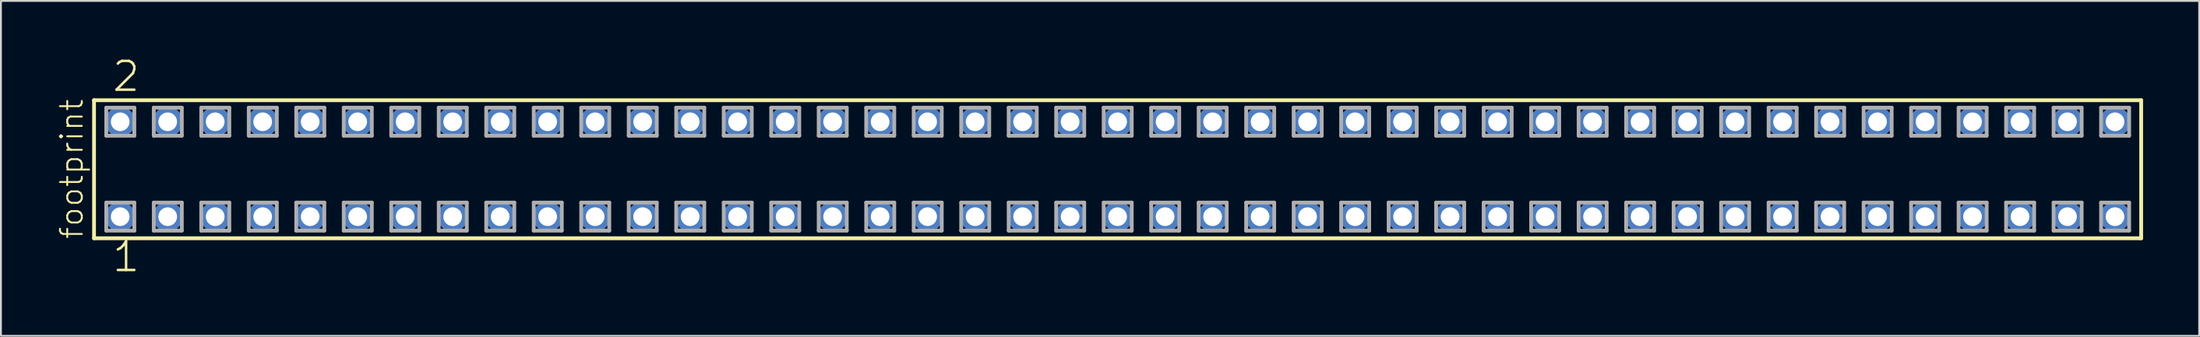
<source format=kicad_pcb>
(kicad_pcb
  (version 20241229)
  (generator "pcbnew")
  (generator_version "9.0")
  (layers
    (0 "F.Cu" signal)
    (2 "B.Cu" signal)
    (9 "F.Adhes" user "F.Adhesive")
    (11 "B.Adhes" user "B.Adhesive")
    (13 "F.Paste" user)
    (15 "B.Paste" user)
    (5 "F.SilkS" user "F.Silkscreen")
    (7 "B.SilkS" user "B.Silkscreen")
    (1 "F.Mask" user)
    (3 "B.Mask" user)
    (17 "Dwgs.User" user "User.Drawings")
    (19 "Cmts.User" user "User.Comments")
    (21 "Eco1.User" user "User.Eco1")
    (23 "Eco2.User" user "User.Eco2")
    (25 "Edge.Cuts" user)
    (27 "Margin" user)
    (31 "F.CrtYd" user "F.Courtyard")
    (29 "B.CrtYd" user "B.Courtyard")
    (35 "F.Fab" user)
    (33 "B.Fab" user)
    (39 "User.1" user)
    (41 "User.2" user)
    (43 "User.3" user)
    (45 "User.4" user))
  (footprint "footprint"
    (layer "F.Cu")
    (at 56.718 6.009)
    (property "Reference" "footprint" (at -55.245 3.81 90) (layer "F.SilkS") (effects (font (size 1.168 1.168) (thickness 0.102)) (justify left bottom)))
    (fp_line (start -54.739 -3.695) (end 54.739 -3.695) (stroke (width 0.203) (type solid)) (layer "F.SilkS"))
    (fp_line (start -54.739 3.695) (end -54.739 -3.695) (stroke (width 0.203) (type solid)) (layer "F.SilkS"))
    (fp_line (start 54.739 -3.695) (end 54.739 3.695) (stroke (width 0.203) (type solid)) (layer "F.SilkS"))
    (fp_line (start 54.739 3.695) (end -54.739 3.695) (stroke (width 0.203) (type solid)) (layer "F.SilkS"))
    (fp_line (start -54.085 -3.295) (end -52.585 -3.295) (stroke (width 0.203) (type solid)) (layer "F.Fab"))
    (fp_line (start -54.085 -1.795) (end -54.085 -3.295) (stroke (width 0.203) (type solid)) (layer "F.Fab"))
    (fp_line (start -54.085 1.785) (end -52.585 1.785) (stroke (width 0.203) (type solid)) (layer "F.Fab"))
    (fp_line (start -54.085 3.285) (end -54.085 1.785) (stroke (width 0.203) (type solid)) (layer "F.Fab"))
    (fp_line (start -52.585 -3.295) (end -52.585 -1.795) (stroke (width 0.203) (type solid)) (layer "F.Fab"))
    (fp_line (start -52.585 -1.795) (end -54.085 -1.795) (stroke (width 0.203) (type solid)) (layer "F.Fab"))
    (fp_line (start -52.585 1.785) (end -52.585 3.285) (stroke (width 0.203) (type solid)) (layer "F.Fab"))
    (fp_line (start -52.585 3.285) (end -54.085 3.285) (stroke (width 0.203) (type solid)) (layer "F.Fab"))
    (fp_line (start -51.545 -3.295) (end -50.045 -3.295) (stroke (width 0.203) (type solid)) (layer "F.Fab"))
    (fp_line (start -51.545 -1.795) (end -51.545 -3.295) (stroke (width 0.203) (type solid)) (layer "F.Fab"))
    (fp_line (start -51.545 1.785) (end -50.045 1.785) (stroke (width 0.203) (type solid)) (layer "F.Fab"))
    (fp_line (start -51.545 3.285) (end -51.545 1.785) (stroke (width 0.203) (type solid)) (layer "F.Fab"))
    (fp_line (start -50.045 -3.295) (end -50.045 -1.795) (stroke (width 0.203) (type solid)) (layer "F.Fab"))
    (fp_line (start -50.045 -1.795) (end -51.545 -1.795) (stroke (width 0.203) (type solid)) (layer "F.Fab"))
    (fp_line (start -50.045 1.785) (end -50.045 3.285) (stroke (width 0.203) (type solid)) (layer "F.Fab"))
    (fp_line (start -50.045 3.285) (end -51.545 3.285) (stroke (width 0.203) (type solid)) (layer "F.Fab"))
    (fp_line (start -49.005 -3.295) (end -47.505 -3.295) (stroke (width 0.203) (type solid)) (layer "F.Fab"))
    (fp_line (start -49.005 -1.795) (end -49.005 -3.295) (stroke (width 0.203) (type solid)) (layer "F.Fab"))
    (fp_line (start -49.005 1.785) (end -47.505 1.785) (stroke (width 0.203) (type solid)) (layer "F.Fab"))
    (fp_line (start -49.005 3.285) (end -49.005 1.785) (stroke (width 0.203) (type solid)) (layer "F.Fab"))
    (fp_line (start -47.505 -3.295) (end -47.505 -1.795) (stroke (width 0.203) (type solid)) (layer "F.Fab"))
    (fp_line (start -47.505 -1.795) (end -49.005 -1.795) (stroke (width 0.203) (type solid)) (layer "F.Fab"))
    (fp_line (start -47.505 1.785) (end -47.505 3.285) (stroke (width 0.203) (type solid)) (layer "F.Fab"))
    (fp_line (start -47.505 3.285) (end -49.005 3.285) (stroke (width 0.203) (type solid)) (layer "F.Fab"))
    (fp_line (start -46.465 -3.295) (end -44.965 -3.295) (stroke (width 0.203) (type solid)) (layer "F.Fab"))
    (fp_line (start -46.465 -1.795) (end -46.465 -3.295) (stroke (width 0.203) (type solid)) (layer "F.Fab"))
    (fp_line (start -46.465 1.785) (end -44.965 1.785) (stroke (width 0.203) (type solid)) (layer "F.Fab"))
    (fp_line (start -46.465 3.285) (end -46.465 1.785) (stroke (width 0.203) (type solid)) (layer "F.Fab"))
    (fp_line (start -44.965 -3.295) (end -44.965 -1.795) (stroke (width 0.203) (type solid)) (layer "F.Fab"))
    (fp_line (start -44.965 -1.795) (end -46.465 -1.795) (stroke (width 0.203) (type solid)) (layer "F.Fab"))
    (fp_line (start -44.965 1.785) (end -44.965 3.285) (stroke (width 0.203) (type solid)) (layer "F.Fab"))
    (fp_line (start -44.965 3.285) (end -46.465 3.285) (stroke (width 0.203) (type solid)) (layer "F.Fab"))
    (fp_line (start -43.925 -3.295) (end -42.425 -3.295) (stroke (width 0.203) (type solid)) (layer "F.Fab"))
    (fp_line (start -43.925 -1.795) (end -43.925 -3.295) (stroke (width 0.203) (type solid)) (layer "F.Fab"))
    (fp_line (start -43.925 1.785) (end -42.425 1.785) (stroke (width 0.203) (type solid)) (layer "F.Fab"))
    (fp_line (start -43.925 3.285) (end -43.925 1.785) (stroke (width 0.203) (type solid)) (layer "F.Fab"))
    (fp_line (start -42.425 -3.295) (end -42.425 -1.795) (stroke (width 0.203) (type solid)) (layer "F.Fab"))
    (fp_line (start -42.425 -1.795) (end -43.925 -1.795) (stroke (width 0.203) (type solid)) (layer "F.Fab"))
    (fp_line (start -42.425 1.785) (end -42.425 3.285) (stroke (width 0.203) (type solid)) (layer "F.Fab"))
    (fp_line (start -42.425 3.285) (end -43.925 3.285) (stroke (width 0.203) (type solid)) (layer "F.Fab"))
    (fp_line (start -41.385 -3.295) (end -39.885 -3.295) (stroke (width 0.203) (type solid)) (layer "F.Fab"))
    (fp_line (start -41.385 -1.795) (end -41.385 -3.295) (stroke (width 0.203) (type solid)) (layer "F.Fab"))
    (fp_line (start -41.385 1.785) (end -39.885 1.785) (stroke (width 0.203) (type solid)) (layer "F.Fab"))
    (fp_line (start -41.385 3.285) (end -41.385 1.785) (stroke (width 0.203) (type solid)) (layer "F.Fab"))
    (fp_line (start -39.885 -3.295) (end -39.885 -1.795) (stroke (width 0.203) (type solid)) (layer "F.Fab"))
    (fp_line (start -39.885 -1.795) (end -41.385 -1.795) (stroke (width 0.203) (type solid)) (layer "F.Fab"))
    (fp_line (start -39.885 1.785) (end -39.885 3.285) (stroke (width 0.203) (type solid)) (layer "F.Fab"))
    (fp_line (start -39.885 3.285) (end -41.385 3.285) (stroke (width 0.203) (type solid)) (layer "F.Fab"))
    (fp_line (start -38.845 -3.295) (end -37.345 -3.295) (stroke (width 0.203) (type solid)) (layer "F.Fab"))
    (fp_line (start -38.845 -1.795) (end -38.845 -3.295) (stroke (width 0.203) (type solid)) (layer "F.Fab"))
    (fp_line (start -38.845 1.785) (end -37.345 1.785) (stroke (width 0.203) (type solid)) (layer "F.Fab"))
    (fp_line (start -38.845 3.285) (end -38.845 1.785) (stroke (width 0.203) (type solid)) (layer "F.Fab"))
    (fp_line (start -37.345 -3.295) (end -37.345 -1.795) (stroke (width 0.203) (type solid)) (layer "F.Fab"))
    (fp_line (start -37.345 -1.795) (end -38.845 -1.795) (stroke (width 0.203) (type solid)) (layer "F.Fab"))
    (fp_line (start -37.345 1.785) (end -37.345 3.285) (stroke (width 0.203) (type solid)) (layer "F.Fab"))
    (fp_line (start -37.345 3.285) (end -38.845 3.285) (stroke (width 0.203) (type solid)) (layer "F.Fab"))
    (fp_line (start -36.305 -3.295) (end -34.805 -3.295) (stroke (width 0.203) (type solid)) (layer "F.Fab"))
    (fp_line (start -36.305 -1.795) (end -36.305 -3.295) (stroke (width 0.203) (type solid)) (layer "F.Fab"))
    (fp_line (start -36.305 1.785) (end -34.805 1.785) (stroke (width 0.203) (type solid)) (layer "F.Fab"))
    (fp_line (start -36.305 3.285) (end -36.305 1.785) (stroke (width 0.203) (type solid)) (layer "F.Fab"))
    (fp_line (start -34.805 -3.295) (end -34.805 -1.795) (stroke (width 0.203) (type solid)) (layer "F.Fab"))
    (fp_line (start -34.805 -1.795) (end -36.305 -1.795) (stroke (width 0.203) (type solid)) (layer "F.Fab"))
    (fp_line (start -34.805 1.785) (end -34.805 3.285) (stroke (width 0.203) (type solid)) (layer "F.Fab"))
    (fp_line (start -34.805 3.285) (end -36.305 3.285) (stroke (width 0.203) (type solid)) (layer "F.Fab"))
    (fp_line (start -33.765 -3.295) (end -32.265 -3.295) (stroke (width 0.203) (type solid)) (layer "F.Fab"))
    (fp_line (start -33.765 -1.795) (end -33.765 -3.295) (stroke (width 0.203) (type solid)) (layer "F.Fab"))
    (fp_line (start -33.765 1.785) (end -32.265 1.785) (stroke (width 0.203) (type solid)) (layer "F.Fab"))
    (fp_line (start -33.765 3.285) (end -33.765 1.785) (stroke (width 0.203) (type solid)) (layer "F.Fab"))
    (fp_line (start -32.265 -3.295) (end -32.265 -1.795) (stroke (width 0.203) (type solid)) (layer "F.Fab"))
    (fp_line (start -32.265 -1.795) (end -33.765 -1.795) (stroke (width 0.203) (type solid)) (layer "F.Fab"))
    (fp_line (start -32.265 1.785) (end -32.265 3.285) (stroke (width 0.203) (type solid)) (layer "F.Fab"))
    (fp_line (start -32.265 3.285) (end -33.765 3.285) (stroke (width 0.203) (type solid)) (layer "F.Fab"))
    (fp_line (start -31.225 -3.295) (end -29.725 -3.295) (stroke (width 0.203) (type solid)) (layer "F.Fab"))
    (fp_line (start -31.225 -1.795) (end -31.225 -3.295) (stroke (width 0.203) (type solid)) (layer "F.Fab"))
    (fp_line (start -31.225 1.785) (end -29.725 1.785) (stroke (width 0.203) (type solid)) (layer "F.Fab"))
    (fp_line (start -31.225 3.285) (end -31.225 1.785) (stroke (width 0.203) (type solid)) (layer "F.Fab"))
    (fp_line (start -29.725 -3.295) (end -29.725 -1.795) (stroke (width 0.203) (type solid)) (layer "F.Fab"))
    (fp_line (start -29.725 -1.795) (end -31.225 -1.795) (stroke (width 0.203) (type solid)) (layer "F.Fab"))
    (fp_line (start -29.725 1.785) (end -29.725 3.285) (stroke (width 0.203) (type solid)) (layer "F.Fab"))
    (fp_line (start -29.725 3.285) (end -31.225 3.285) (stroke (width 0.203) (type solid)) (layer "F.Fab"))
    (fp_line (start -28.685 -3.295) (end -27.185 -3.295) (stroke (width 0.203) (type solid)) (layer "F.Fab"))
    (fp_line (start -28.685 -1.795) (end -28.685 -3.295) (stroke (width 0.203) (type solid)) (layer "F.Fab"))
    (fp_line (start -28.685 1.785) (end -27.185 1.785) (stroke (width 0.203) (type solid)) (layer "F.Fab"))
    (fp_line (start -28.685 3.285) (end -28.685 1.785) (stroke (width 0.203) (type solid)) (layer "F.Fab"))
    (fp_line (start -27.185 -3.295) (end -27.185 -1.795) (stroke (width 0.203) (type solid)) (layer "F.Fab"))
    (fp_line (start -27.185 -1.795) (end -28.685 -1.795) (stroke (width 0.203) (type solid)) (layer "F.Fab"))
    (fp_line (start -27.185 1.785) (end -27.185 3.285) (stroke (width 0.203) (type solid)) (layer "F.Fab"))
    (fp_line (start -27.185 3.285) (end -28.685 3.285) (stroke (width 0.203) (type solid)) (layer "F.Fab"))
    (fp_line (start -26.145 -3.295) (end -24.645 -3.295) (stroke (width 0.203) (type solid)) (layer "F.Fab"))
    (fp_line (start -26.145 -1.795) (end -26.145 -3.295) (stroke (width 0.203) (type solid)) (layer "F.Fab"))
    (fp_line (start -26.145 1.785) (end -24.645 1.785) (stroke (width 0.203) (type solid)) (layer "F.Fab"))
    (fp_line (start -26.145 3.285) (end -26.145 1.785) (stroke (width 0.203) (type solid)) (layer "F.Fab"))
    (fp_line (start -24.645 -3.295) (end -24.645 -1.795) (stroke (width 0.203) (type solid)) (layer "F.Fab"))
    (fp_line (start -24.645 -1.795) (end -26.145 -1.795) (stroke (width 0.203) (type solid)) (layer "F.Fab"))
    (fp_line (start -24.645 1.785) (end -24.645 3.285) (stroke (width 0.203) (type solid)) (layer "F.Fab"))
    (fp_line (start -24.645 3.285) (end -26.145 3.285) (stroke (width 0.203) (type solid)) (layer "F.Fab"))
    (fp_line (start -23.605 -3.295) (end -22.105 -3.295) (stroke (width 0.203) (type solid)) (layer "F.Fab"))
    (fp_line (start -23.605 -1.795) (end -23.605 -3.295) (stroke (width 0.203) (type solid)) (layer "F.Fab"))
    (fp_line (start -23.605 1.785) (end -22.105 1.785) (stroke (width 0.203) (type solid)) (layer "F.Fab"))
    (fp_line (start -23.605 3.285) (end -23.605 1.785) (stroke (width 0.203) (type solid)) (layer "F.Fab"))
    (fp_line (start -22.105 -3.295) (end -22.105 -1.795) (stroke (width 0.203) (type solid)) (layer "F.Fab"))
    (fp_line (start -22.105 -1.795) (end -23.605 -1.795) (stroke (width 0.203) (type solid)) (layer "F.Fab"))
    (fp_line (start -22.105 1.785) (end -22.105 3.285) (stroke (width 0.203) (type solid)) (layer "F.Fab"))
    (fp_line (start -22.105 3.285) (end -23.605 3.285) (stroke (width 0.203) (type solid)) (layer "F.Fab"))
    (fp_line (start -21.065 -3.295) (end -19.565 -3.295) (stroke (width 0.203) (type solid)) (layer "F.Fab"))
    (fp_line (start -21.065 -1.795) (end -21.065 -3.295) (stroke (width 0.203) (type solid)) (layer "F.Fab"))
    (fp_line (start -21.065 1.785) (end -19.565 1.785) (stroke (width 0.203) (type solid)) (layer "F.Fab"))
    (fp_line (start -21.065 3.285) (end -21.065 1.785) (stroke (width 0.203) (type solid)) (layer "F.Fab"))
    (fp_line (start -19.565 -3.295) (end -19.565 -1.795) (stroke (width 0.203) (type solid)) (layer "F.Fab"))
    (fp_line (start -19.565 -1.795) (end -21.065 -1.795) (stroke (width 0.203) (type solid)) (layer "F.Fab"))
    (fp_line (start -19.565 1.785) (end -19.565 3.285) (stroke (width 0.203) (type solid)) (layer "F.Fab"))
    (fp_line (start -19.565 3.285) (end -21.065 3.285) (stroke (width 0.203) (type solid)) (layer "F.Fab"))
    (fp_line (start -18.525 -3.295) (end -17.025 -3.295) (stroke (width 0.203) (type solid)) (layer "F.Fab"))
    (fp_line (start -18.525 -1.795) (end -18.525 -3.295) (stroke (width 0.203) (type solid)) (layer "F.Fab"))
    (fp_line (start -18.525 1.785) (end -17.025 1.785) (stroke (width 0.203) (type solid)) (layer "F.Fab"))
    (fp_line (start -18.525 3.285) (end -18.525 1.785) (stroke (width 0.203) (type solid)) (layer "F.Fab"))
    (fp_line (start -17.025 -3.295) (end -17.025 -1.795) (stroke (width 0.203) (type solid)) (layer "F.Fab"))
    (fp_line (start -17.025 -1.795) (end -18.525 -1.795) (stroke (width 0.203) (type solid)) (layer "F.Fab"))
    (fp_line (start -17.025 1.785) (end -17.025 3.285) (stroke (width 0.203) (type solid)) (layer "F.Fab"))
    (fp_line (start -17.025 3.285) (end -18.525 3.285) (stroke (width 0.203) (type solid)) (layer "F.Fab"))
    (fp_line (start -15.985 -3.295) (end -14.485 -3.295) (stroke (width 0.203) (type solid)) (layer "F.Fab"))
    (fp_line (start -15.985 -1.795) (end -15.985 -3.295) (stroke (width 0.203) (type solid)) (layer "F.Fab"))
    (fp_line (start -15.985 1.785) (end -14.485 1.785) (stroke (width 0.203) (type solid)) (layer "F.Fab"))
    (fp_line (start -15.985 3.285) (end -15.985 1.785) (stroke (width 0.203) (type solid)) (layer "F.Fab"))
    (fp_line (start -14.485 -3.295) (end -14.485 -1.795) (stroke (width 0.203) (type solid)) (layer "F.Fab"))
    (fp_line (start -14.485 -1.795) (end -15.985 -1.795) (stroke (width 0.203) (type solid)) (layer "F.Fab"))
    (fp_line (start -14.485 1.785) (end -14.485 3.285) (stroke (width 0.203) (type solid)) (layer "F.Fab"))
    (fp_line (start -14.485 3.285) (end -15.985 3.285) (stroke (width 0.203) (type solid)) (layer "F.Fab"))
    (fp_line (start -13.445 -3.295) (end -11.945 -3.295) (stroke (width 0.203) (type solid)) (layer "F.Fab"))
    (fp_line (start -13.445 -1.795) (end -13.445 -3.295) (stroke (width 0.203) (type solid)) (layer "F.Fab"))
    (fp_line (start -13.445 1.785) (end -11.945 1.785) (stroke (width 0.203) (type solid)) (layer "F.Fab"))
    (fp_line (start -13.445 3.285) (end -13.445 1.785) (stroke (width 0.203) (type solid)) (layer "F.Fab"))
    (fp_line (start -11.945 -3.295) (end -11.945 -1.795) (stroke (width 0.203) (type solid)) (layer "F.Fab"))
    (fp_line (start -11.945 -1.795) (end -13.445 -1.795) (stroke (width 0.203) (type solid)) (layer "F.Fab"))
    (fp_line (start -11.945 1.785) (end -11.945 3.285) (stroke (width 0.203) (type solid)) (layer "F.Fab"))
    (fp_line (start -11.945 3.285) (end -13.445 3.285) (stroke (width 0.203) (type solid)) (layer "F.Fab"))
    (fp_line (start -10.905 -3.295) (end -9.405 -3.295) (stroke (width 0.203) (type solid)) (layer "F.Fab"))
    (fp_line (start -10.905 -1.795) (end -10.905 -3.295) (stroke (width 0.203) (type solid)) (layer "F.Fab"))
    (fp_line (start -10.905 1.785) (end -9.405 1.785) (stroke (width 0.203) (type solid)) (layer "F.Fab"))
    (fp_line (start -10.905 3.285) (end -10.905 1.785) (stroke (width 0.203) (type solid)) (layer "F.Fab"))
    (fp_line (start -9.405 -3.295) (end -9.405 -1.795) (stroke (width 0.203) (type solid)) (layer "F.Fab"))
    (fp_line (start -9.405 -1.795) (end -10.905 -1.795) (stroke (width 0.203) (type solid)) (layer "F.Fab"))
    (fp_line (start -9.405 1.785) (end -9.405 3.285) (stroke (width 0.203) (type solid)) (layer "F.Fab"))
    (fp_line (start -9.405 3.285) (end -10.905 3.285) (stroke (width 0.203) (type solid)) (layer "F.Fab"))
    (fp_line (start -8.365 -3.295) (end -6.865 -3.295) (stroke (width 0.203) (type solid)) (layer "F.Fab"))
    (fp_line (start -8.365 -1.795) (end -8.365 -3.295) (stroke (width 0.203) (type solid)) (layer "F.Fab"))
    (fp_line (start -8.365 1.785) (end -6.865 1.785) (stroke (width 0.203) (type solid)) (layer "F.Fab"))
    (fp_line (start -8.365 3.285) (end -8.365 1.785) (stroke (width 0.203) (type solid)) (layer "F.Fab"))
    (fp_line (start -6.865 -3.295) (end -6.865 -1.795) (stroke (width 0.203) (type solid)) (layer "F.Fab"))
    (fp_line (start -6.865 -1.795) (end -8.365 -1.795) (stroke (width 0.203) (type solid)) (layer "F.Fab"))
    (fp_line (start -6.865 1.785) (end -6.865 3.285) (stroke (width 0.203) (type solid)) (layer "F.Fab"))
    (fp_line (start -6.865 3.285) (end -8.365 3.285) (stroke (width 0.203) (type solid)) (layer "F.Fab"))
    (fp_line (start -5.825 -3.295) (end -4.325 -3.295) (stroke (width 0.203) (type solid)) (layer "F.Fab"))
    (fp_line (start -5.825 -1.795) (end -5.825 -3.295) (stroke (width 0.203) (type solid)) (layer "F.Fab"))
    (fp_line (start -5.825 1.785) (end -4.325 1.785) (stroke (width 0.203) (type solid)) (layer "F.Fab"))
    (fp_line (start -5.825 3.285) (end -5.825 1.785) (stroke (width 0.203) (type solid)) (layer "F.Fab"))
    (fp_line (start -4.325 -3.295) (end -4.325 -1.795) (stroke (width 0.203) (type solid)) (layer "F.Fab"))
    (fp_line (start -4.325 -1.795) (end -5.825 -1.795) (stroke (width 0.203) (type solid)) (layer "F.Fab"))
    (fp_line (start -4.325 1.785) (end -4.325 3.285) (stroke (width 0.203) (type solid)) (layer "F.Fab"))
    (fp_line (start -4.325 3.285) (end -5.825 3.285) (stroke (width 0.203) (type solid)) (layer "F.Fab"))
    (fp_line (start -3.285 -3.295) (end -1.785 -3.295) (stroke (width 0.203) (type solid)) (layer "F.Fab"))
    (fp_line (start -3.285 -1.795) (end -3.285 -3.295) (stroke (width 0.203) (type solid)) (layer "F.Fab"))
    (fp_line (start -3.285 1.785) (end -1.785 1.785) (stroke (width 0.203) (type solid)) (layer "F.Fab"))
    (fp_line (start -3.285 3.285) (end -3.285 1.785) (stroke (width 0.203) (type solid)) (layer "F.Fab"))
    (fp_line (start -1.785 -3.295) (end -1.785 -1.795) (stroke (width 0.203) (type solid)) (layer "F.Fab"))
    (fp_line (start -1.785 -1.795) (end -3.285 -1.795) (stroke (width 0.203) (type solid)) (layer "F.Fab"))
    (fp_line (start -1.785 1.785) (end -1.785 3.285) (stroke (width 0.203) (type solid)) (layer "F.Fab"))
    (fp_line (start -1.785 3.285) (end -3.285 3.285) (stroke (width 0.203) (type solid)) (layer "F.Fab"))
    (fp_line (start -0.745 -3.295) (end 0.755 -3.295) (stroke (width 0.203) (type solid)) (layer "F.Fab"))
    (fp_line (start -0.745 -1.795) (end -0.745 -3.295) (stroke (width 0.203) (type solid)) (layer "F.Fab"))
    (fp_line (start -0.745 1.785) (end 0.755 1.785) (stroke (width 0.203) (type solid)) (layer "F.Fab"))
    (fp_line (start -0.745 3.285) (end -0.745 1.785) (stroke (width 0.203) (type solid)) (layer "F.Fab"))
    (fp_line (start 0.755 -3.295) (end 0.755 -1.795) (stroke (width 0.203) (type solid)) (layer "F.Fab"))
    (fp_line (start 0.755 -1.795) (end -0.745 -1.795) (stroke (width 0.203) (type solid)) (layer "F.Fab"))
    (fp_line (start 0.755 1.785) (end 0.755 3.285) (stroke (width 0.203) (type solid)) (layer "F.Fab"))
    (fp_line (start 0.755 3.285) (end -0.745 3.285) (stroke (width 0.203) (type solid)) (layer "F.Fab"))
    (fp_line (start 1.795 -3.295) (end 3.295 -3.295) (stroke (width 0.203) (type solid)) (layer "F.Fab"))
    (fp_line (start 1.795 -1.795) (end 1.795 -3.295) (stroke (width 0.203) (type solid)) (layer "F.Fab"))
    (fp_line (start 1.795 1.785) (end 3.295 1.785) (stroke (width 0.203) (type solid)) (layer "F.Fab"))
    (fp_line (start 1.795 3.285) (end 1.795 1.785) (stroke (width 0.203) (type solid)) (layer "F.Fab"))
    (fp_line (start 3.295 -3.295) (end 3.295 -1.795) (stroke (width 0.203) (type solid)) (layer "F.Fab"))
    (fp_line (start 3.295 -1.795) (end 1.795 -1.795) (stroke (width 0.203) (type solid)) (layer "F.Fab"))
    (fp_line (start 3.295 1.785) (end 3.295 3.285) (stroke (width 0.203) (type solid)) (layer "F.Fab"))
    (fp_line (start 3.295 3.285) (end 1.795 3.285) (stroke (width 0.203) (type solid)) (layer "F.Fab"))
    (fp_line (start 4.335 -3.295) (end 5.835 -3.295) (stroke (width 0.203) (type solid)) (layer "F.Fab"))
    (fp_line (start 4.335 -1.795) (end 4.335 -3.295) (stroke (width 0.203) (type solid)) (layer "F.Fab"))
    (fp_line (start 4.335 1.785) (end 5.835 1.785) (stroke (width 0.203) (type solid)) (layer "F.Fab"))
    (fp_line (start 4.335 3.285) (end 4.335 1.785) (stroke (width 0.203) (type solid)) (layer "F.Fab"))
    (fp_line (start 5.835 -3.295) (end 5.835 -1.795) (stroke (width 0.203) (type solid)) (layer "F.Fab"))
    (fp_line (start 5.835 -1.795) (end 4.335 -1.795) (stroke (width 0.203) (type solid)) (layer "F.Fab"))
    (fp_line (start 5.835 1.785) (end 5.835 3.285) (stroke (width 0.203) (type solid)) (layer "F.Fab"))
    (fp_line (start 5.835 3.285) (end 4.335 3.285) (stroke (width 0.203) (type solid)) (layer "F.Fab"))
    (fp_line (start 6.875 -3.295) (end 8.375 -3.295) (stroke (width 0.203) (type solid)) (layer "F.Fab"))
    (fp_line (start 6.875 -1.795) (end 6.875 -3.295) (stroke (width 0.203) (type solid)) (layer "F.Fab"))
    (fp_line (start 6.875 1.785) (end 8.375 1.785) (stroke (width 0.203) (type solid)) (layer "F.Fab"))
    (fp_line (start 6.875 3.285) (end 6.875 1.785) (stroke (width 0.203) (type solid)) (layer "F.Fab"))
    (fp_line (start 8.375 -3.295) (end 8.375 -1.795) (stroke (width 0.203) (type solid)) (layer "F.Fab"))
    (fp_line (start 8.375 -1.795) (end 6.875 -1.795) (stroke (width 0.203) (type solid)) (layer "F.Fab"))
    (fp_line (start 8.375 1.785) (end 8.375 3.285) (stroke (width 0.203) (type solid)) (layer "F.Fab"))
    (fp_line (start 8.375 3.285) (end 6.875 3.285) (stroke (width 0.203) (type solid)) (layer "F.Fab"))
    (fp_line (start 9.415 -3.295) (end 10.915 -3.295) (stroke (width 0.203) (type solid)) (layer "F.Fab"))
    (fp_line (start 9.415 -1.795) (end 9.415 -3.295) (stroke (width 0.203) (type solid)) (layer "F.Fab"))
    (fp_line (start 9.415 1.785) (end 10.915 1.785) (stroke (width 0.203) (type solid)) (layer "F.Fab"))
    (fp_line (start 9.415 3.285) (end 9.415 1.785) (stroke (width 0.203) (type solid)) (layer "F.Fab"))
    (fp_line (start 10.915 -3.295) (end 10.915 -1.795) (stroke (width 0.203) (type solid)) (layer "F.Fab"))
    (fp_line (start 10.915 -1.795) (end 9.415 -1.795) (stroke (width 0.203) (type solid)) (layer "F.Fab"))
    (fp_line (start 10.915 1.785) (end 10.915 3.285) (stroke (width 0.203) (type solid)) (layer "F.Fab"))
    (fp_line (start 10.915 3.285) (end 9.415 3.285) (stroke (width 0.203) (type solid)) (layer "F.Fab"))
    (fp_line (start 11.955 -3.295) (end 13.455 -3.295) (stroke (width 0.203) (type solid)) (layer "F.Fab"))
    (fp_line (start 11.955 -1.795) (end 11.955 -3.295) (stroke (width 0.203) (type solid)) (layer "F.Fab"))
    (fp_line (start 11.955 1.785) (end 13.455 1.785) (stroke (width 0.203) (type solid)) (layer "F.Fab"))
    (fp_line (start 11.955 3.285) (end 11.955 1.785) (stroke (width 0.203) (type solid)) (layer "F.Fab"))
    (fp_line (start 13.455 -3.295) (end 13.455 -1.795) (stroke (width 0.203) (type solid)) (layer "F.Fab"))
    (fp_line (start 13.455 -1.795) (end 11.955 -1.795) (stroke (width 0.203) (type solid)) (layer "F.Fab"))
    (fp_line (start 13.455 1.785) (end 13.455 3.285) (stroke (width 0.203) (type solid)) (layer "F.Fab"))
    (fp_line (start 13.455 3.285) (end 11.955 3.285) (stroke (width 0.203) (type solid)) (layer "F.Fab"))
    (fp_line (start 14.495 -3.295) (end 15.995 -3.295) (stroke (width 0.203) (type solid)) (layer "F.Fab"))
    (fp_line (start 14.495 -1.795) (end 14.495 -3.295) (stroke (width 0.203) (type solid)) (layer "F.Fab"))
    (fp_line (start 14.495 1.785) (end 15.995 1.785) (stroke (width 0.203) (type solid)) (layer "F.Fab"))
    (fp_line (start 14.495 3.285) (end 14.495 1.785) (stroke (width 0.203) (type solid)) (layer "F.Fab"))
    (fp_line (start 15.995 -3.295) (end 15.995 -1.795) (stroke (width 0.203) (type solid)) (layer "F.Fab"))
    (fp_line (start 15.995 -1.795) (end 14.495 -1.795) (stroke (width 0.203) (type solid)) (layer "F.Fab"))
    (fp_line (start 15.995 1.785) (end 15.995 3.285) (stroke (width 0.203) (type solid)) (layer "F.Fab"))
    (fp_line (start 15.995 3.285) (end 14.495 3.285) (stroke (width 0.203) (type solid)) (layer "F.Fab"))
    (fp_line (start 17.035 -3.295) (end 18.535 -3.295) (stroke (width 0.203) (type solid)) (layer "F.Fab"))
    (fp_line (start 17.035 -1.795) (end 17.035 -3.295) (stroke (width 0.203) (type solid)) (layer "F.Fab"))
    (fp_line (start 17.035 1.785) (end 18.535 1.785) (stroke (width 0.203) (type solid)) (layer "F.Fab"))
    (fp_line (start 17.035 3.285) (end 17.035 1.785) (stroke (width 0.203) (type solid)) (layer "F.Fab"))
    (fp_line (start 18.535 -3.295) (end 18.535 -1.795) (stroke (width 0.203) (type solid)) (layer "F.Fab"))
    (fp_line (start 18.535 -1.795) (end 17.035 -1.795) (stroke (width 0.203) (type solid)) (layer "F.Fab"))
    (fp_line (start 18.535 1.785) (end 18.535 3.285) (stroke (width 0.203) (type solid)) (layer "F.Fab"))
    (fp_line (start 18.535 3.285) (end 17.035 3.285) (stroke (width 0.203) (type solid)) (layer "F.Fab"))
    (fp_line (start 19.575 -3.295) (end 21.075 -3.295) (stroke (width 0.203) (type solid)) (layer "F.Fab"))
    (fp_line (start 19.575 -1.795) (end 19.575 -3.295) (stroke (width 0.203) (type solid)) (layer "F.Fab"))
    (fp_line (start 19.575 1.785) (end 21.075 1.785) (stroke (width 0.203) (type solid)) (layer "F.Fab"))
    (fp_line (start 19.575 3.285) (end 19.575 1.785) (stroke (width 0.203) (type solid)) (layer "F.Fab"))
    (fp_line (start 21.075 -3.295) (end 21.075 -1.795) (stroke (width 0.203) (type solid)) (layer "F.Fab"))
    (fp_line (start 21.075 -1.795) (end 19.575 -1.795) (stroke (width 0.203) (type solid)) (layer "F.Fab"))
    (fp_line (start 21.075 1.785) (end 21.075 3.285) (stroke (width 0.203) (type solid)) (layer "F.Fab"))
    (fp_line (start 21.075 3.285) (end 19.575 3.285) (stroke (width 0.203) (type solid)) (layer "F.Fab"))
    (fp_line (start 22.115 -3.295) (end 23.615 -3.295) (stroke (width 0.203) (type solid)) (layer "F.Fab"))
    (fp_line (start 22.115 -1.795) (end 22.115 -3.295) (stroke (width 0.203) (type solid)) (layer "F.Fab"))
    (fp_line (start 22.115 1.785) (end 23.615 1.785) (stroke (width 0.203) (type solid)) (layer "F.Fab"))
    (fp_line (start 22.115 3.285) (end 22.115 1.785) (stroke (width 0.203) (type solid)) (layer "F.Fab"))
    (fp_line (start 23.615 -3.295) (end 23.615 -1.795) (stroke (width 0.203) (type solid)) (layer "F.Fab"))
    (fp_line (start 23.615 -1.795) (end 22.115 -1.795) (stroke (width 0.203) (type solid)) (layer "F.Fab"))
    (fp_line (start 23.615 1.785) (end 23.615 3.285) (stroke (width 0.203) (type solid)) (layer "F.Fab"))
    (fp_line (start 23.615 3.285) (end 22.115 3.285) (stroke (width 0.203) (type solid)) (layer "F.Fab"))
    (fp_line (start 24.655 -3.295) (end 26.155 -3.295) (stroke (width 0.203) (type solid)) (layer "F.Fab"))
    (fp_line (start 24.655 -1.795) (end 24.655 -3.295) (stroke (width 0.203) (type solid)) (layer "F.Fab"))
    (fp_line (start 24.655 1.785) (end 26.155 1.785) (stroke (width 0.203) (type solid)) (layer "F.Fab"))
    (fp_line (start 24.655 3.285) (end 24.655 1.785) (stroke (width 0.203) (type solid)) (layer "F.Fab"))
    (fp_line (start 26.155 -3.295) (end 26.155 -1.795) (stroke (width 0.203) (type solid)) (layer "F.Fab"))
    (fp_line (start 26.155 -1.795) (end 24.655 -1.795) (stroke (width 0.203) (type solid)) (layer "F.Fab"))
    (fp_line (start 26.155 1.785) (end 26.155 3.285) (stroke (width 0.203) (type solid)) (layer "F.Fab"))
    (fp_line (start 26.155 3.285) (end 24.655 3.285) (stroke (width 0.203) (type solid)) (layer "F.Fab"))
    (fp_line (start 27.195 -3.295) (end 28.695 -3.295) (stroke (width 0.203) (type solid)) (layer "F.Fab"))
    (fp_line (start 27.195 -1.795) (end 27.195 -3.295) (stroke (width 0.203) (type solid)) (layer "F.Fab"))
    (fp_line (start 27.195 1.785) (end 28.695 1.785) (stroke (width 0.203) (type solid)) (layer "F.Fab"))
    (fp_line (start 27.195 3.285) (end 27.195 1.785) (stroke (width 0.203) (type solid)) (layer "F.Fab"))
    (fp_line (start 28.695 -3.295) (end 28.695 -1.795) (stroke (width 0.203) (type solid)) (layer "F.Fab"))
    (fp_line (start 28.695 -1.795) (end 27.195 -1.795) (stroke (width 0.203) (type solid)) (layer "F.Fab"))
    (fp_line (start 28.695 1.785) (end 28.695 3.285) (stroke (width 0.203) (type solid)) (layer "F.Fab"))
    (fp_line (start 28.695 3.285) (end 27.195 3.285) (stroke (width 0.203) (type solid)) (layer "F.Fab"))
    (fp_line (start 29.735 -3.295) (end 31.235 -3.295) (stroke (width 0.203) (type solid)) (layer "F.Fab"))
    (fp_line (start 29.735 -1.795) (end 29.735 -3.295) (stroke (width 0.203) (type solid)) (layer "F.Fab"))
    (fp_line (start 29.735 1.785) (end 31.235 1.785) (stroke (width 0.203) (type solid)) (layer "F.Fab"))
    (fp_line (start 29.735 3.285) (end 29.735 1.785) (stroke (width 0.203) (type solid)) (layer "F.Fab"))
    (fp_line (start 31.235 -3.295) (end 31.235 -1.795) (stroke (width 0.203) (type solid)) (layer "F.Fab"))
    (fp_line (start 31.235 -1.795) (end 29.735 -1.795) (stroke (width 0.203) (type solid)) (layer "F.Fab"))
    (fp_line (start 31.235 1.785) (end 31.235 3.285) (stroke (width 0.203) (type solid)) (layer "F.Fab"))
    (fp_line (start 31.235 3.285) (end 29.735 3.285) (stroke (width 0.203) (type solid)) (layer "F.Fab"))
    (fp_line (start 32.275 -3.295) (end 33.775 -3.295) (stroke (width 0.203) (type solid)) (layer "F.Fab"))
    (fp_line (start 32.275 -1.795) (end 32.275 -3.295) (stroke (width 0.203) (type solid)) (layer "F.Fab"))
    (fp_line (start 32.275 1.785) (end 33.775 1.785) (stroke (width 0.203) (type solid)) (layer "F.Fab"))
    (fp_line (start 32.275 3.285) (end 32.275 1.785) (stroke (width 0.203) (type solid)) (layer "F.Fab"))
    (fp_line (start 33.775 -3.295) (end 33.775 -1.795) (stroke (width 0.203) (type solid)) (layer "F.Fab"))
    (fp_line (start 33.775 -1.795) (end 32.275 -1.795) (stroke (width 0.203) (type solid)) (layer "F.Fab"))
    (fp_line (start 33.775 1.785) (end 33.775 3.285) (stroke (width 0.203) (type solid)) (layer "F.Fab"))
    (fp_line (start 33.775 3.285) (end 32.275 3.285) (stroke (width 0.203) (type solid)) (layer "F.Fab"))
    (fp_line (start 34.815 -3.295) (end 36.315 -3.295) (stroke (width 0.203) (type solid)) (layer "F.Fab"))
    (fp_line (start 34.815 -1.795) (end 34.815 -3.295) (stroke (width 0.203) (type solid)) (layer "F.Fab"))
    (fp_line (start 34.815 1.785) (end 36.315 1.785) (stroke (width 0.203) (type solid)) (layer "F.Fab"))
    (fp_line (start 34.815 3.285) (end 34.815 1.785) (stroke (width 0.203) (type solid)) (layer "F.Fab"))
    (fp_line (start 36.315 -3.295) (end 36.315 -1.795) (stroke (width 0.203) (type solid)) (layer "F.Fab"))
    (fp_line (start 36.315 -1.795) (end 34.815 -1.795) (stroke (width 0.203) (type solid)) (layer "F.Fab"))
    (fp_line (start 36.315 1.785) (end 36.315 3.285) (stroke (width 0.203) (type solid)) (layer "F.Fab"))
    (fp_line (start 36.315 3.285) (end 34.815 3.285) (stroke (width 0.203) (type solid)) (layer "F.Fab"))
    (fp_line (start 37.355 -3.295) (end 38.855 -3.295) (stroke (width 0.203) (type solid)) (layer "F.Fab"))
    (fp_line (start 37.355 -1.795) (end 37.355 -3.295) (stroke (width 0.203) (type solid)) (layer "F.Fab"))
    (fp_line (start 37.355 1.785) (end 38.855 1.785) (stroke (width 0.203) (type solid)) (layer "F.Fab"))
    (fp_line (start 37.355 3.285) (end 37.355 1.785) (stroke (width 0.203) (type solid)) (layer "F.Fab"))
    (fp_line (start 38.855 -3.295) (end 38.855 -1.795) (stroke (width 0.203) (type solid)) (layer "F.Fab"))
    (fp_line (start 38.855 -1.795) (end 37.355 -1.795) (stroke (width 0.203) (type solid)) (layer "F.Fab"))
    (fp_line (start 38.855 1.785) (end 38.855 3.285) (stroke (width 0.203) (type solid)) (layer "F.Fab"))
    (fp_line (start 38.855 3.285) (end 37.355 3.285) (stroke (width 0.203) (type solid)) (layer "F.Fab"))
    (fp_line (start 39.895 -3.295) (end 41.395 -3.295) (stroke (width 0.203) (type solid)) (layer "F.Fab"))
    (fp_line (start 39.895 -1.795) (end 39.895 -3.295) (stroke (width 0.203) (type solid)) (layer "F.Fab"))
    (fp_line (start 39.895 1.785) (end 41.395 1.785) (stroke (width 0.203) (type solid)) (layer "F.Fab"))
    (fp_line (start 39.895 3.285) (end 39.895 1.785) (stroke (width 0.203) (type solid)) (layer "F.Fab"))
    (fp_line (start 41.395 -3.295) (end 41.395 -1.795) (stroke (width 0.203) (type solid)) (layer "F.Fab"))
    (fp_line (start 41.395 -1.795) (end 39.895 -1.795) (stroke (width 0.203) (type solid)) (layer "F.Fab"))
    (fp_line (start 41.395 1.785) (end 41.395 3.285) (stroke (width 0.203) (type solid)) (layer "F.Fab"))
    (fp_line (start 41.395 3.285) (end 39.895 3.285) (stroke (width 0.203) (type solid)) (layer "F.Fab"))
    (fp_line (start 42.435 -3.295) (end 43.935 -3.295) (stroke (width 0.203) (type solid)) (layer "F.Fab"))
    (fp_line (start 42.435 -1.795) (end 42.435 -3.295) (stroke (width 0.203) (type solid)) (layer "F.Fab"))
    (fp_line (start 42.435 1.785) (end 43.935 1.785) (stroke (width 0.203) (type solid)) (layer "F.Fab"))
    (fp_line (start 42.435 3.285) (end 42.435 1.785) (stroke (width 0.203) (type solid)) (layer "F.Fab"))
    (fp_line (start 43.935 -3.295) (end 43.935 -1.795) (stroke (width 0.203) (type solid)) (layer "F.Fab"))
    (fp_line (start 43.935 -1.795) (end 42.435 -1.795) (stroke (width 0.203) (type solid)) (layer "F.Fab"))
    (fp_line (start 43.935 1.785) (end 43.935 3.285) (stroke (width 0.203) (type solid)) (layer "F.Fab"))
    (fp_line (start 43.935 3.285) (end 42.435 3.285) (stroke (width 0.203) (type solid)) (layer "F.Fab"))
    (fp_line (start 44.975 -3.295) (end 46.475 -3.295) (stroke (width 0.203) (type solid)) (layer "F.Fab"))
    (fp_line (start 44.975 -1.795) (end 44.975 -3.295) (stroke (width 0.203) (type solid)) (layer "F.Fab"))
    (fp_line (start 44.975 1.785) (end 46.475 1.785) (stroke (width 0.203) (type solid)) (layer "F.Fab"))
    (fp_line (start 44.975 3.285) (end 44.975 1.785) (stroke (width 0.203) (type solid)) (layer "F.Fab"))
    (fp_line (start 46.475 -3.295) (end 46.475 -1.795) (stroke (width 0.203) (type solid)) (layer "F.Fab"))
    (fp_line (start 46.475 -1.795) (end 44.975 -1.795) (stroke (width 0.203) (type solid)) (layer "F.Fab"))
    (fp_line (start 46.475 1.785) (end 46.475 3.285) (stroke (width 0.203) (type solid)) (layer "F.Fab"))
    (fp_line (start 46.475 3.285) (end 44.975 3.285) (stroke (width 0.203) (type solid)) (layer "F.Fab"))
    (fp_line (start 47.515 -3.295) (end 49.015 -3.295) (stroke (width 0.203) (type solid)) (layer "F.Fab"))
    (fp_line (start 47.515 -1.795) (end 47.515 -3.295) (stroke (width 0.203) (type solid)) (layer "F.Fab"))
    (fp_line (start 47.515 1.785) (end 49.015 1.785) (stroke (width 0.203) (type solid)) (layer "F.Fab"))
    (fp_line (start 47.515 3.285) (end 47.515 1.785) (stroke (width 0.203) (type solid)) (layer "F.Fab"))
    (fp_line (start 49.015 -3.295) (end 49.015 -1.795) (stroke (width 0.203) (type solid)) (layer "F.Fab"))
    (fp_line (start 49.015 -1.795) (end 47.515 -1.795) (stroke (width 0.203) (type solid)) (layer "F.Fab"))
    (fp_line (start 49.015 1.785) (end 49.015 3.285) (stroke (width 0.203) (type solid)) (layer "F.Fab"))
    (fp_line (start 49.015 3.285) (end 47.515 3.285) (stroke (width 0.203) (type solid)) (layer "F.Fab"))
    (fp_line (start 50.055 -3.295) (end 51.555 -3.295) (stroke (width 0.203) (type solid)) (layer "F.Fab"))
    (fp_line (start 50.055 -1.795) (end 50.055 -3.295) (stroke (width 0.203) (type solid)) (layer "F.Fab"))
    (fp_line (start 50.055 1.785) (end 51.555 1.785) (stroke (width 0.203) (type solid)) (layer "F.Fab"))
    (fp_line (start 50.055 3.285) (end 50.055 1.785) (stroke (width 0.203) (type solid)) (layer "F.Fab"))
    (fp_line (start 51.555 -3.295) (end 51.555 -1.795) (stroke (width 0.203) (type solid)) (layer "F.Fab"))
    (fp_line (start 51.555 -1.795) (end 50.055 -1.795) (stroke (width 0.203) (type solid)) (layer "F.Fab"))
    (fp_line (start 51.555 1.785) (end 51.555 3.285) (stroke (width 0.203) (type solid)) (layer "F.Fab"))
    (fp_line (start 51.555 3.285) (end 50.055 3.285) (stroke (width 0.203) (type solid)) (layer "F.Fab"))
    (fp_line (start 52.595 -3.295) (end 54.095 -3.295) (stroke (width 0.203) (type solid)) (layer "F.Fab"))
    (fp_line (start 52.595 -1.795) (end 52.595 -3.295) (stroke (width 0.203) (type solid)) (layer "F.Fab"))
    (fp_line (start 52.595 1.785) (end 54.095 1.785) (stroke (width 0.203) (type solid)) (layer "F.Fab"))
    (fp_line (start 52.595 3.285) (end 52.595 1.785) (stroke (width 0.203) (type solid)) (layer "F.Fab"))
    (fp_line (start 54.095 -3.295) (end 54.095 -1.795) (stroke (width 0.203) (type solid)) (layer "F.Fab"))
    (fp_line (start 54.095 -1.795) (end 52.595 -1.795) (stroke (width 0.203) (type solid)) (layer "F.Fab"))
    (fp_line (start 54.095 1.785) (end 54.095 3.285) (stroke (width 0.203) (type solid)) (layer "F.Fab"))
    (fp_line (start 54.095 3.285) (end 52.595 3.285) (stroke (width 0.203) (type solid)) (layer "F.Fab"))
    (fp_text user "2" (at -53.848 -4.064 0) (layer "F.SilkS") (effects (font (size 1.542 1.542) (thickness 0.134)) (justify left bottom)))
    (fp_text user "1" (at -53.848 5.588 0) (layer "F.SilkS") (effects (font (size 1.542 1.542) (thickness 0.134)) (justify left bottom)))
    (pad "1" thru_hole roundrect (at -53.34 2.54) (size 1.5 1.5) (drill 1) (layers "*.Cu" "*.Mask") (roundrect_rratio 0.25) (chamfer_ratio 0.25) (chamfer top_left top_right bottom_left bottom_right))
    (pad "2" thru_hole roundrect (at -53.34 -2.54) (size 1.5 1.5) (drill 1) (layers "*.Cu" "*.Mask") (roundrect_rratio 0.25) (chamfer_ratio 0.25) (chamfer top_left top_right bottom_left bottom_right))
    (pad "3" thru_hole roundrect (at -50.8 2.54) (size 1.5 1.5) (drill 1) (layers "*.Cu" "*.Mask") (roundrect_rratio 0.25) (chamfer_ratio 0.25) (chamfer top_left top_right bottom_left bottom_right))
    (pad "4" thru_hole roundrect (at -50.8 -2.54) (size 1.5 1.5) (drill 1) (layers "*.Cu" "*.Mask") (roundrect_rratio 0.25) (chamfer_ratio 0.25) (chamfer top_left top_right bottom_left bottom_right))
    (pad "5" thru_hole roundrect (at -48.26 2.54) (size 1.5 1.5) (drill 1) (layers "*.Cu" "*.Mask") (roundrect_rratio 0.25) (chamfer_ratio 0.25) (chamfer top_left top_right bottom_left bottom_right))
    (pad "6" thru_hole roundrect (at -48.26 -2.54) (size 1.5 1.5) (drill 1) (layers "*.Cu" "*.Mask") (roundrect_rratio 0.25) (chamfer_ratio 0.25) (chamfer top_left top_right bottom_left bottom_right))
    (pad "7" thru_hole roundrect (at -45.72 2.54) (size 1.5 1.5) (drill 1) (layers "*.Cu" "*.Mask") (roundrect_rratio 0.25) (chamfer_ratio 0.25) (chamfer top_left top_right bottom_left bottom_right))
    (pad "8" thru_hole roundrect (at -45.72 -2.54) (size 1.5 1.5) (drill 1) (layers "*.Cu" "*.Mask") (roundrect_rratio 0.25) (chamfer_ratio 0.25) (chamfer top_left top_right bottom_left bottom_right))
    (pad "9" thru_hole roundrect (at -43.18 2.54) (size 1.5 1.5) (drill 1) (layers "*.Cu" "*.Mask") (roundrect_rratio 0.25) (chamfer_ratio 0.25) (chamfer top_left top_right bottom_left bottom_right))
    (pad "10" thru_hole roundrect (at -43.18 -2.54) (size 1.5 1.5) (drill 1) (layers "*.Cu" "*.Mask") (roundrect_rratio 0.25) (chamfer_ratio 0.25) (chamfer top_left top_right bottom_left bottom_right))
    (pad "11" thru_hole roundrect (at -40.64 2.54) (size 1.5 1.5) (drill 1) (layers "*.Cu" "*.Mask") (roundrect_rratio 0.25) (chamfer_ratio 0.25) (chamfer top_left top_right bottom_left bottom_right))
    (pad "12" thru_hole roundrect (at -40.64 -2.54) (size 1.5 1.5) (drill 1) (layers "*.Cu" "*.Mask") (roundrect_rratio 0.25) (chamfer_ratio 0.25) (chamfer top_left top_right bottom_left bottom_right))
    (pad "13" thru_hole roundrect (at -38.1 2.54) (size 1.5 1.5) (drill 1) (layers "*.Cu" "*.Mask") (roundrect_rratio 0.25) (chamfer_ratio 0.25) (chamfer top_left top_right bottom_left bottom_right))
    (pad "14" thru_hole roundrect (at -38.1 -2.54) (size 1.5 1.5) (drill 1) (layers "*.Cu" "*.Mask") (roundrect_rratio 0.25) (chamfer_ratio 0.25) (chamfer top_left top_right bottom_left bottom_right))
    (pad "15" thru_hole roundrect (at -35.56 2.54) (size 1.5 1.5) (drill 1) (layers "*.Cu" "*.Mask") (roundrect_rratio 0.25) (chamfer_ratio 0.25) (chamfer top_left top_right bottom_left bottom_right))
    (pad "16" thru_hole roundrect (at -35.56 -2.54) (size 1.5 1.5) (drill 1) (layers "*.Cu" "*.Mask") (roundrect_rratio 0.25) (chamfer_ratio 0.25) (chamfer top_left top_right bottom_left bottom_right))
    (pad "17" thru_hole roundrect (at -33.02 2.54) (size 1.5 1.5) (drill 1) (layers "*.Cu" "*.Mask") (roundrect_rratio 0.25) (chamfer_ratio 0.25) (chamfer top_left top_right bottom_left bottom_right))
    (pad "18" thru_hole roundrect (at -33.02 -2.54) (size 1.5 1.5) (drill 1) (layers "*.Cu" "*.Mask") (roundrect_rratio 0.25) (chamfer_ratio 0.25) (chamfer top_left top_right bottom_left bottom_right))
    (pad "19" thru_hole roundrect (at -30.48 2.54) (size 1.5 1.5) (drill 1) (layers "*.Cu" "*.Mask") (roundrect_rratio 0.25) (chamfer_ratio 0.25) (chamfer top_left top_right bottom_left bottom_right))
    (pad "20" thru_hole roundrect (at -30.48 -2.54) (size 1.5 1.5) (drill 1) (layers "*.Cu" "*.Mask") (roundrect_rratio 0.25) (chamfer_ratio 0.25) (chamfer top_left top_right bottom_left bottom_right))
    (pad "21" thru_hole roundrect (at -27.94 2.54) (size 1.5 1.5) (drill 1) (layers "*.Cu" "*.Mask") (roundrect_rratio 0.25) (chamfer_ratio 0.25) (chamfer top_left top_right bottom_left bottom_right))
    (pad "22" thru_hole roundrect (at -27.94 -2.54) (size 1.5 1.5) (drill 1) (layers "*.Cu" "*.Mask") (roundrect_rratio 0.25) (chamfer_ratio 0.25) (chamfer top_left top_right bottom_left bottom_right))
    (pad "23" thru_hole roundrect (at -25.4 2.54) (size 1.5 1.5) (drill 1) (layers "*.Cu" "*.Mask") (roundrect_rratio 0.25) (chamfer_ratio 0.25) (chamfer top_left top_right bottom_left bottom_right))
    (pad "24" thru_hole roundrect (at -25.4 -2.54) (size 1.5 1.5) (drill 1) (layers "*.Cu" "*.Mask") (roundrect_rratio 0.25) (chamfer_ratio 0.25) (chamfer top_left top_right bottom_left bottom_right))
    (pad "25" thru_hole roundrect (at -22.86 2.54) (size 1.5 1.5) (drill 1) (layers "*.Cu" "*.Mask") (roundrect_rratio 0.25) (chamfer_ratio 0.25) (chamfer top_left top_right bottom_left bottom_right))
    (pad "26" thru_hole roundrect (at -22.86 -2.54) (size 1.5 1.5) (drill 1) (layers "*.Cu" "*.Mask") (roundrect_rratio 0.25) (chamfer_ratio 0.25) (chamfer top_left top_right bottom_left bottom_right))
    (pad "27" thru_hole roundrect (at -20.32 2.54) (size 1.5 1.5) (drill 1) (layers "*.Cu" "*.Mask") (roundrect_rratio 0.25) (chamfer_ratio 0.25) (chamfer top_left top_right bottom_left bottom_right))
    (pad "28" thru_hole roundrect (at -20.32 -2.54) (size 1.5 1.5) (drill 1) (layers "*.Cu" "*.Mask") (roundrect_rratio 0.25) (chamfer_ratio 0.25) (chamfer top_left top_right bottom_left bottom_right))
    (pad "29" thru_hole roundrect (at -17.78 2.54) (size 1.5 1.5) (drill 1) (layers "*.Cu" "*.Mask") (roundrect_rratio 0.25) (chamfer_ratio 0.25) (chamfer top_left top_right bottom_left bottom_right))
    (pad "30" thru_hole roundrect (at -17.78 -2.54) (size 1.5 1.5) (drill 1) (layers "*.Cu" "*.Mask") (roundrect_rratio 0.25) (chamfer_ratio 0.25) (chamfer top_left top_right bottom_left bottom_right))
    (pad "31" thru_hole roundrect (at -15.24 2.54) (size 1.5 1.5) (drill 1) (layers "*.Cu" "*.Mask") (roundrect_rratio 0.25) (chamfer_ratio 0.25) (chamfer top_left top_right bottom_left bottom_right))
    (pad "32" thru_hole roundrect (at -15.24 -2.54) (size 1.5 1.5) (drill 1) (layers "*.Cu" "*.Mask") (roundrect_rratio 0.25) (chamfer_ratio 0.25) (chamfer top_left top_right bottom_left bottom_right))
    (pad "33" thru_hole roundrect (at -12.7 2.54) (size 1.5 1.5) (drill 1) (layers "*.Cu" "*.Mask") (roundrect_rratio 0.25) (chamfer_ratio 0.25) (chamfer top_left top_right bottom_left bottom_right))
    (pad "34" thru_hole roundrect (at -12.7 -2.54) (size 1.5 1.5) (drill 1) (layers "*.Cu" "*.Mask") (roundrect_rratio 0.25) (chamfer_ratio 0.25) (chamfer top_left top_right bottom_left bottom_right))
    (pad "35" thru_hole roundrect (at -10.16 2.54) (size 1.5 1.5) (drill 1) (layers "*.Cu" "*.Mask") (roundrect_rratio 0.25) (chamfer_ratio 0.25) (chamfer top_left top_right bottom_left bottom_right))
    (pad "36" thru_hole roundrect (at -10.16 -2.54) (size 1.5 1.5) (drill 1) (layers "*.Cu" "*.Mask") (roundrect_rratio 0.25) (chamfer_ratio 0.25) (chamfer top_left top_right bottom_left bottom_right))
    (pad "37" thru_hole roundrect (at -7.62 2.54) (size 1.5 1.5) (drill 1) (layers "*.Cu" "*.Mask") (roundrect_rratio 0.25) (chamfer_ratio 0.25) (chamfer top_left top_right bottom_left bottom_right))
    (pad "38" thru_hole roundrect (at -7.62 -2.54) (size 1.5 1.5) (drill 1) (layers "*.Cu" "*.Mask") (roundrect_rratio 0.25) (chamfer_ratio 0.25) (chamfer top_left top_right bottom_left bottom_right))
    (pad "39" thru_hole roundrect (at -5.08 2.54) (size 1.5 1.5) (drill 1) (layers "*.Cu" "*.Mask") (roundrect_rratio 0.25) (chamfer_ratio 0.25) (chamfer top_left top_right bottom_left bottom_right))
    (pad "40" thru_hole roundrect (at -5.08 -2.54) (size 1.5 1.5) (drill 1) (layers "*.Cu" "*.Mask") (roundrect_rratio 0.25) (chamfer_ratio 0.25) (chamfer top_left top_right bottom_left bottom_right))
    (pad "41" thru_hole roundrect (at -2.54 2.54) (size 1.5 1.5) (drill 1) (layers "*.Cu" "*.Mask") (roundrect_rratio 0.25) (chamfer_ratio 0.25) (chamfer top_left top_right bottom_left bottom_right))
    (pad "42" thru_hole roundrect (at -2.54 -2.54) (size 1.5 1.5) (drill 1) (layers "*.Cu" "*.Mask") (roundrect_rratio 0.25) (chamfer_ratio 0.25) (chamfer top_left top_right bottom_left bottom_right))
    (pad "43" thru_hole roundrect (at 0 2.54) (size 1.5 1.5) (drill 1) (layers "*.Cu" "*.Mask") (roundrect_rratio 0.25) (chamfer_ratio 0.25) (chamfer top_left top_right bottom_left bottom_right))
    (pad "44" thru_hole roundrect (at 0 -2.54) (size 1.5 1.5) (drill 1) (layers "*.Cu" "*.Mask") (roundrect_rratio 0.25) (chamfer_ratio 0.25) (chamfer top_left top_right bottom_left bottom_right))
    (pad "45" thru_hole roundrect (at 2.54 2.54) (size 1.5 1.5) (drill 1) (layers "*.Cu" "*.Mask") (roundrect_rratio 0.25) (chamfer_ratio 0.25) (chamfer top_left top_right bottom_left bottom_right))
    (pad "46" thru_hole roundrect (at 2.54 -2.54) (size 1.5 1.5) (drill 1) (layers "*.Cu" "*.Mask") (roundrect_rratio 0.25) (chamfer_ratio 0.25) (chamfer top_left top_right bottom_left bottom_right))
    (pad "47" thru_hole roundrect (at 5.08 2.54) (size 1.5 1.5) (drill 1) (layers "*.Cu" "*.Mask") (roundrect_rratio 0.25) (chamfer_ratio 0.25) (chamfer top_left top_right bottom_left bottom_right))
    (pad "48" thru_hole roundrect (at 5.08 -2.54) (size 1.5 1.5) (drill 1) (layers "*.Cu" "*.Mask") (roundrect_rratio 0.25) (chamfer_ratio 0.25) (chamfer top_left top_right bottom_left bottom_right))
    (pad "49" thru_hole roundrect (at 7.62 2.54) (size 1.5 1.5) (drill 1) (layers "*.Cu" "*.Mask") (roundrect_rratio 0.25) (chamfer_ratio 0.25) (chamfer top_left top_right bottom_left bottom_right))
    (pad "50" thru_hole roundrect (at 7.62 -2.54) (size 1.5 1.5) (drill 1) (layers "*.Cu" "*.Mask") (roundrect_rratio 0.25) (chamfer_ratio 0.25) (chamfer top_left top_right bottom_left bottom_right))
    (pad "51" thru_hole roundrect (at 10.16 2.54) (size 1.5 1.5) (drill 1) (layers "*.Cu" "*.Mask") (roundrect_rratio 0.25) (chamfer_ratio 0.25) (chamfer top_left top_right bottom_left bottom_right))
    (pad "52" thru_hole roundrect (at 10.16 -2.54) (size 1.5 1.5) (drill 1) (layers "*.Cu" "*.Mask") (roundrect_rratio 0.25) (chamfer_ratio 0.25) (chamfer top_left top_right bottom_left bottom_right))
    (pad "53" thru_hole roundrect (at 12.7 2.54) (size 1.5 1.5) (drill 1) (layers "*.Cu" "*.Mask") (roundrect_rratio 0.25) (chamfer_ratio 0.25) (chamfer top_left top_right bottom_left bottom_right))
    (pad "54" thru_hole roundrect (at 12.7 -2.54) (size 1.5 1.5) (drill 1) (layers "*.Cu" "*.Mask") (roundrect_rratio 0.25) (chamfer_ratio 0.25) (chamfer top_left top_right bottom_left bottom_right))
    (pad "55" thru_hole roundrect (at 15.24 2.54) (size 1.5 1.5) (drill 1) (layers "*.Cu" "*.Mask") (roundrect_rratio 0.25) (chamfer_ratio 0.25) (chamfer top_left top_right bottom_left bottom_right))
    (pad "56" thru_hole roundrect (at 15.24 -2.54) (size 1.5 1.5) (drill 1) (layers "*.Cu" "*.Mask") (roundrect_rratio 0.25) (chamfer_ratio 0.25) (chamfer top_left top_right bottom_left bottom_right))
    (pad "57" thru_hole roundrect (at 17.78 2.54) (size 1.5 1.5) (drill 1) (layers "*.Cu" "*.Mask") (roundrect_rratio 0.25) (chamfer_ratio 0.25) (chamfer top_left top_right bottom_left bottom_right))
    (pad "58" thru_hole roundrect (at 17.78 -2.54) (size 1.5 1.5) (drill 1) (layers "*.Cu" "*.Mask") (roundrect_rratio 0.25) (chamfer_ratio 0.25) (chamfer top_left top_right bottom_left bottom_right))
    (pad "59" thru_hole roundrect (at 20.32 2.54) (size 1.5 1.5) (drill 1) (layers "*.Cu" "*.Mask") (roundrect_rratio 0.25) (chamfer_ratio 0.25) (chamfer top_left top_right bottom_left bottom_right))
    (pad "60" thru_hole roundrect (at 20.32 -2.54) (size 1.5 1.5) (drill 1) (layers "*.Cu" "*.Mask") (roundrect_rratio 0.25) (chamfer_ratio 0.25) (chamfer top_left top_right bottom_left bottom_right))
    (pad "61" thru_hole roundrect (at 22.86 2.54) (size 1.5 1.5) (drill 1) (layers "*.Cu" "*.Mask") (roundrect_rratio 0.25) (chamfer_ratio 0.25) (chamfer top_left top_right bottom_left bottom_right))
    (pad "62" thru_hole roundrect (at 22.86 -2.54) (size 1.5 1.5) (drill 1) (layers "*.Cu" "*.Mask") (roundrect_rratio 0.25) (chamfer_ratio 0.25) (chamfer top_left top_right bottom_left bottom_right))
    (pad "63" thru_hole roundrect (at 25.4 2.54) (size 1.5 1.5) (drill 1) (layers "*.Cu" "*.Mask") (roundrect_rratio 0.25) (chamfer_ratio 0.25) (chamfer top_left top_right bottom_left bottom_right))
    (pad "64" thru_hole roundrect (at 25.4 -2.54) (size 1.5 1.5) (drill 1) (layers "*.Cu" "*.Mask") (roundrect_rratio 0.25) (chamfer_ratio 0.25) (chamfer top_left top_right bottom_left bottom_right))
    (pad "65" thru_hole roundrect (at 27.94 2.54) (size 1.5 1.5) (drill 1) (layers "*.Cu" "*.Mask") (roundrect_rratio 0.25) (chamfer_ratio 0.25) (chamfer top_left top_right bottom_left bottom_right))
    (pad "66" thru_hole roundrect (at 27.94 -2.54) (size 1.5 1.5) (drill 1) (layers "*.Cu" "*.Mask") (roundrect_rratio 0.25) (chamfer_ratio 0.25) (chamfer top_left top_right bottom_left bottom_right))
    (pad "67" thru_hole roundrect (at 30.48 2.54) (size 1.5 1.5) (drill 1) (layers "*.Cu" "*.Mask") (roundrect_rratio 0.25) (chamfer_ratio 0.25) (chamfer top_left top_right bottom_left bottom_right))
    (pad "68" thru_hole roundrect (at 30.48 -2.54) (size 1.5 1.5) (drill 1) (layers "*.Cu" "*.Mask") (roundrect_rratio 0.25) (chamfer_ratio 0.25) (chamfer top_left top_right bottom_left bottom_right))
    (pad "69" thru_hole roundrect (at 33.02 2.54) (size 1.5 1.5) (drill 1) (layers "*.Cu" "*.Mask") (roundrect_rratio 0.25) (chamfer_ratio 0.25) (chamfer top_left top_right bottom_left bottom_right))
    (pad "70" thru_hole roundrect (at 33.02 -2.54) (size 1.5 1.5) (drill 1) (layers "*.Cu" "*.Mask") (roundrect_rratio 0.25) (chamfer_ratio 0.25) (chamfer top_left top_right bottom_left bottom_right))
    (pad "71" thru_hole roundrect (at 35.56 2.54) (size 1.5 1.5) (drill 1) (layers "*.Cu" "*.Mask") (roundrect_rratio 0.25) (chamfer_ratio 0.25) (chamfer top_left top_right bottom_left bottom_right))
    (pad "72" thru_hole roundrect (at 35.56 -2.54) (size 1.5 1.5) (drill 1) (layers "*.Cu" "*.Mask") (roundrect_rratio 0.25) (chamfer_ratio 0.25) (chamfer top_left top_right bottom_left bottom_right))
    (pad "73" thru_hole roundrect (at 38.1 2.54) (size 1.5 1.5) (drill 1) (layers "*.Cu" "*.Mask") (roundrect_rratio 0.25) (chamfer_ratio 0.25) (chamfer top_left top_right bottom_left bottom_right))
    (pad "74" thru_hole roundrect (at 38.1 -2.54) (size 1.5 1.5) (drill 1) (layers "*.Cu" "*.Mask") (roundrect_rratio 0.25) (chamfer_ratio 0.25) (chamfer top_left top_right bottom_left bottom_right))
    (pad "75" thru_hole roundrect (at 40.64 2.54) (size 1.5 1.5) (drill 1) (layers "*.Cu" "*.Mask") (roundrect_rratio 0.25) (chamfer_ratio 0.25) (chamfer top_left top_right bottom_left bottom_right))
    (pad "76" thru_hole roundrect (at 40.64 -2.54) (size 1.5 1.5) (drill 1) (layers "*.Cu" "*.Mask") (roundrect_rratio 0.25) (chamfer_ratio 0.25) (chamfer top_left top_right bottom_left bottom_right))
    (pad "77" thru_hole roundrect (at 43.18 2.54) (size 1.5 1.5) (drill 1) (layers "*.Cu" "*.Mask") (roundrect_rratio 0.25) (chamfer_ratio 0.25) (chamfer top_left top_right bottom_left bottom_right))
    (pad "78" thru_hole roundrect (at 43.18 -2.54) (size 1.5 1.5) (drill 1) (layers "*.Cu" "*.Mask") (roundrect_rratio 0.25) (chamfer_ratio 0.25) (chamfer top_left top_right bottom_left bottom_right))
    (pad "79" thru_hole roundrect (at 45.72 2.54) (size 1.5 1.5) (drill 1) (layers "*.Cu" "*.Mask") (roundrect_rratio 0.25) (chamfer_ratio 0.25) (chamfer top_left top_right bottom_left bottom_right))
    (pad "80" thru_hole roundrect (at 45.72 -2.54) (size 1.5 1.5) (drill 1) (layers "*.Cu" "*.Mask") (roundrect_rratio 0.25) (chamfer_ratio 0.25) (chamfer top_left top_right bottom_left bottom_right))
    (pad "81" thru_hole roundrect (at 48.26 2.54) (size 1.5 1.5) (drill 1) (layers "*.Cu" "*.Mask") (roundrect_rratio 0.25) (chamfer_ratio 0.25) (chamfer top_left top_right bottom_left bottom_right))
    (pad "82" thru_hole roundrect (at 48.26 -2.54) (size 1.5 1.5) (drill 1) (layers "*.Cu" "*.Mask") (roundrect_rratio 0.25) (chamfer_ratio 0.25) (chamfer top_left top_right bottom_left bottom_right))
    (pad "83" thru_hole roundrect (at 50.8 2.54) (size 1.5 1.5) (drill 1) (layers "*.Cu" "*.Mask") (roundrect_rratio 0.25) (chamfer_ratio 0.25) (chamfer top_left top_right bottom_left bottom_right))
    (pad "84" thru_hole roundrect (at 50.8 -2.54) (size 1.5 1.5) (drill 1) (layers "*.Cu" "*.Mask") (roundrect_rratio 0.25) (chamfer_ratio 0.25) (chamfer top_left top_right bottom_left bottom_right))
    (pad "85" thru_hole roundrect (at 53.34 2.54) (size 1.5 1.5) (drill 1) (layers "*.Cu" "*.Mask") (roundrect_rratio 0.25) (chamfer_ratio 0.25) (chamfer top_left top_right bottom_left bottom_right))
    (pad "86" thru_hole roundrect (at 53.34 -2.54) (size 1.5 1.5) (drill 1) (layers "*.Cu" "*.Mask") (roundrect_rratio 0.25) (chamfer_ratio 0.25) (chamfer top_left top_right bottom_left bottom_right)))
  (gr_rect
    (start -3 -3)
    (end 114.559 14.927)
    (stroke (width 0.1) (type default))
    (fill no)
    (layer "Edge.Cuts")))
</source>
